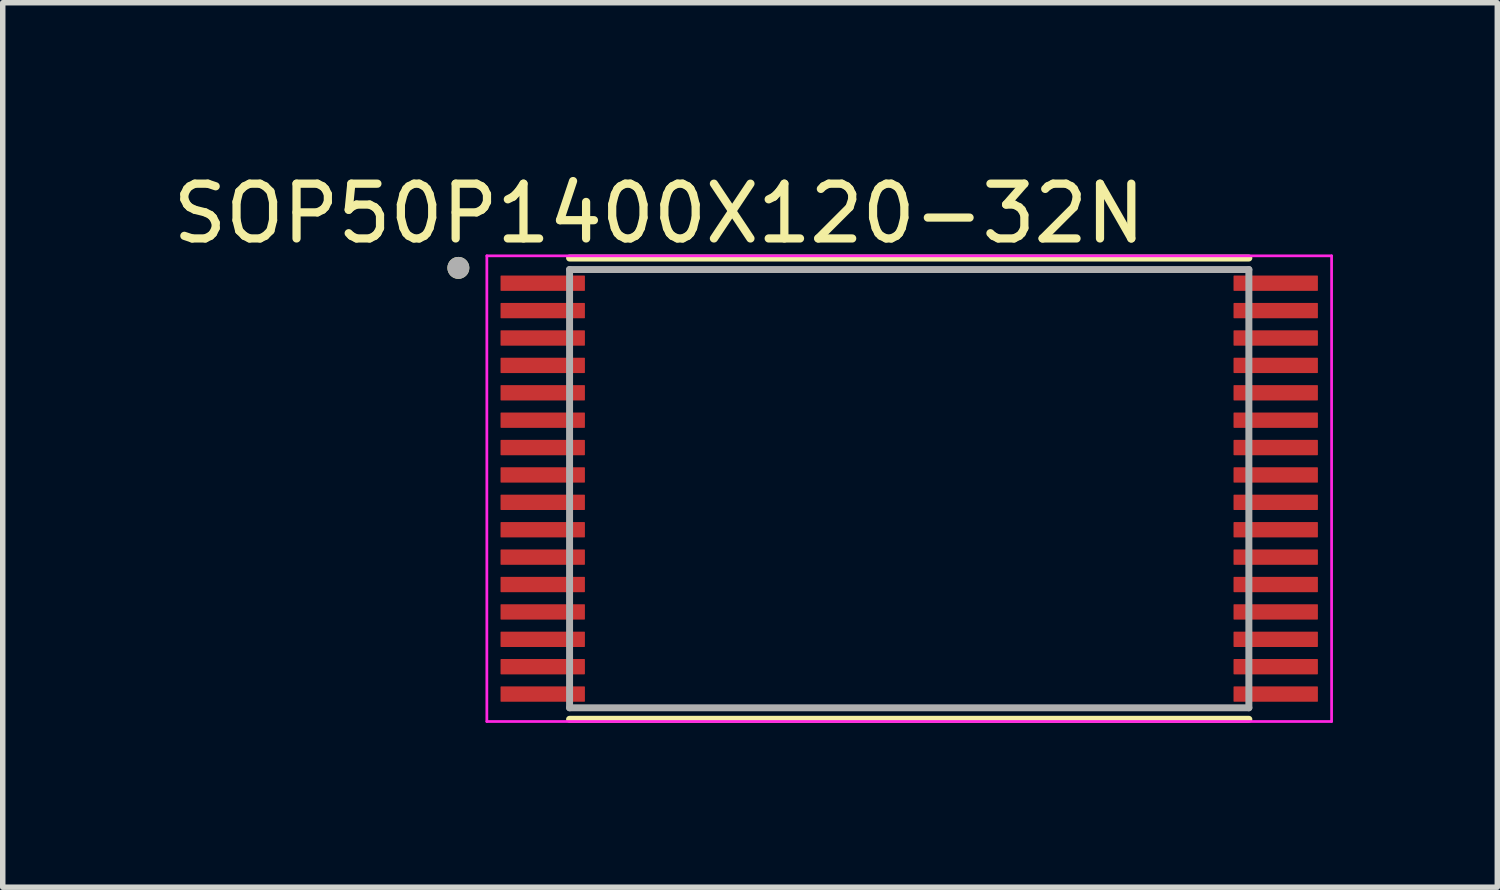
<source format=kicad_pcb>
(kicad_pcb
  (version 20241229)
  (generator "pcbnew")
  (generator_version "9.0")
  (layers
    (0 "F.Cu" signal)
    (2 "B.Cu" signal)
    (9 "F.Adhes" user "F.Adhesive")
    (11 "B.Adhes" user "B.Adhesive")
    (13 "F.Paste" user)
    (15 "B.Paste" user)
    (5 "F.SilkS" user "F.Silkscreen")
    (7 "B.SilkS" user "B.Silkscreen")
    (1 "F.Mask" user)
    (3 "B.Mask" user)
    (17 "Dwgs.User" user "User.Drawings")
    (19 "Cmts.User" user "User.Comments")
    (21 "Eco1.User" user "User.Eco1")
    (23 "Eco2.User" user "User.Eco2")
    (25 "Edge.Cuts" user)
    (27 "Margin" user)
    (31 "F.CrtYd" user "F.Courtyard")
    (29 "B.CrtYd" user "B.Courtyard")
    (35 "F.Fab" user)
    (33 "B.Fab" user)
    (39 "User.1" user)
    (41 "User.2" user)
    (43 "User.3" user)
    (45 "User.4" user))
  (footprint "SOP50P1400X120-32N"
    (layer "F.Cu")
    (at 13.547 5.87)
    (property "Reference" "SOP50P1400X120-32N" (at -4.565 -5.022 0) (layer "F.SilkS") (effects (font (size 1 1) (thickness 0.15))))
    (attr through_hole)
    (fp_line (start -6.2 -4.21) (end 6.2 -4.21) (stroke (width 0.127) (type solid)) (layer "F.SilkS"))
    (fp_line (start -6.2 4.21) (end 6.2 4.21) (stroke (width 0.127) (type solid)) (layer "F.SilkS"))
    (fp_circle (center -8.23 -4.03) (end -8.13 -4.03) (stroke (width 0.2) (type solid)) (fill no) (layer "F.SilkS"))
    (fp_line (start -7.71 -4.25) (end -7.71 4.25) (stroke (width 0.05) (type solid)) (layer "F.CrtYd"))
    (fp_line (start -7.71 -4.25) (end 7.71 -4.25) (stroke (width 0.05) (type solid)) (layer "F.CrtYd"))
    (fp_line (start -7.71 4.25) (end 7.71 4.25) (stroke (width 0.05) (type solid)) (layer "F.CrtYd"))
    (fp_line (start 7.71 -4.25) (end 7.71 4.25) (stroke (width 0.05) (type solid)) (layer "F.CrtYd"))
    (fp_line (start -6.2 -4) (end -6.2 4) (stroke (width 0.127) (type solid)) (layer "F.Fab"))
    (fp_line (start -6.2 -4) (end 6.2 -4) (stroke (width 0.127) (type solid)) (layer "F.Fab"))
    (fp_line (start -6.2 4) (end 6.2 4) (stroke (width 0.127) (type solid)) (layer "F.Fab"))
    (fp_line (start 6.2 -4) (end 6.2 4) (stroke (width 0.127) (type solid)) (layer "F.Fab"))
    (fp_circle (center -8.23 -4.03) (end -8.13 -4.03) (stroke (width 0.2) (type solid)) (fill no) (layer "F.Fab"))
    (pad "1" smd roundrect (at -6.69 -3.75) (size 1.54 0.28) (layers "F.Cu" "F.Mask" "F.Paste") (roundrect_rratio 0.04))
    (pad "2" smd roundrect (at -6.69 -3.25) (size 1.54 0.28) (layers "F.Cu" "F.Mask" "F.Paste") (roundrect_rratio 0.04))
    (pad "3" smd roundrect (at -6.69 -2.75) (size 1.54 0.28) (layers "F.Cu" "F.Mask" "F.Paste") (roundrect_rratio 0.04))
    (pad "4" smd roundrect (at -6.69 -2.25) (size 1.54 0.28) (layers "F.Cu" "F.Mask" "F.Paste") (roundrect_rratio 0.04))
    (pad "5" smd roundrect (at -6.69 -1.75) (size 1.54 0.28) (layers "F.Cu" "F.Mask" "F.Paste") (roundrect_rratio 0.04))
    (pad "6" smd roundrect (at -6.69 -1.25) (size 1.54 0.28) (layers "F.Cu" "F.Mask" "F.Paste") (roundrect_rratio 0.04))
    (pad "7" smd roundrect (at -6.69 -0.75) (size 1.54 0.28) (layers "F.Cu" "F.Mask" "F.Paste") (roundrect_rratio 0.04))
    (pad "8" smd roundrect (at -6.69 -0.25) (size 1.54 0.28) (layers "F.Cu" "F.Mask" "F.Paste") (roundrect_rratio 0.04))
    (pad "9" smd roundrect (at -6.69 0.25) (size 1.54 0.28) (layers "F.Cu" "F.Mask" "F.Paste") (roundrect_rratio 0.04))
    (pad "10" smd roundrect (at -6.69 0.75) (size 1.54 0.28) (layers "F.Cu" "F.Mask" "F.Paste") (roundrect_rratio 0.04))
    (pad "11" smd roundrect (at -6.69 1.25) (size 1.54 0.28) (layers "F.Cu" "F.Mask" "F.Paste") (roundrect_rratio 0.04))
    (pad "12" smd roundrect (at -6.69 1.75) (size 1.54 0.28) (layers "F.Cu" "F.Mask" "F.Paste") (roundrect_rratio 0.04))
    (pad "13" smd roundrect (at -6.69 2.25) (size 1.54 0.28) (layers "F.Cu" "F.Mask" "F.Paste") (roundrect_rratio 0.04))
    (pad "14" smd roundrect (at -6.69 2.75) (size 1.54 0.28) (layers "F.Cu" "F.Mask" "F.Paste") (roundrect_rratio 0.04))
    (pad "15" smd roundrect (at -6.69 3.25) (size 1.54 0.28) (layers "F.Cu" "F.Mask" "F.Paste") (roundrect_rratio 0.04))
    (pad "16" smd roundrect (at -6.69 3.75) (size 1.54 0.28) (layers "F.Cu" "F.Mask" "F.Paste") (roundrect_rratio 0.04))
    (pad "17" smd roundrect (at 6.69 3.75) (size 1.54 0.28) (layers "F.Cu" "F.Mask" "F.Paste") (roundrect_rratio 0.04))
    (pad "18" smd roundrect (at 6.69 3.25) (size 1.54 0.28) (layers "F.Cu" "F.Mask" "F.Paste") (roundrect_rratio 0.04))
    (pad "19" smd roundrect (at 6.69 2.75) (size 1.54 0.28) (layers "F.Cu" "F.Mask" "F.Paste") (roundrect_rratio 0.04))
    (pad "20" smd roundrect (at 6.69 2.25) (size 1.54 0.28) (layers "F.Cu" "F.Mask" "F.Paste") (roundrect_rratio 0.04))
    (pad "21" smd roundrect (at 6.69 1.75) (size 1.54 0.28) (layers "F.Cu" "F.Mask" "F.Paste") (roundrect_rratio 0.04))
    (pad "22" smd roundrect (at 6.69 1.25) (size 1.54 0.28) (layers "F.Cu" "F.Mask" "F.Paste") (roundrect_rratio 0.04))
    (pad "23" smd roundrect (at 6.69 0.75) (size 1.54 0.28) (layers "F.Cu" "F.Mask" "F.Paste") (roundrect_rratio 0.04))
    (pad "24" smd roundrect (at 6.69 0.25) (size 1.54 0.28) (layers "F.Cu" "F.Mask" "F.Paste") (roundrect_rratio 0.04))
    (pad "25" smd roundrect (at 6.69 -0.25) (size 1.54 0.28) (layers "F.Cu" "F.Mask" "F.Paste") (roundrect_rratio 0.04))
    (pad "26" smd roundrect (at 6.69 -0.75) (size 1.54 0.28) (layers "F.Cu" "F.Mask" "F.Paste") (roundrect_rratio 0.04))
    (pad "27" smd roundrect (at 6.69 -1.25) (size 1.54 0.28) (layers "F.Cu" "F.Mask" "F.Paste") (roundrect_rratio 0.04))
    (pad "28" smd roundrect (at 6.69 -1.75) (size 1.54 0.28) (layers "F.Cu" "F.Mask" "F.Paste") (roundrect_rratio 0.04))
    (pad "29" smd roundrect (at 6.69 -2.25) (size 1.54 0.28) (layers "F.Cu" "F.Mask" "F.Paste") (roundrect_rratio 0.04))
    (pad "30" smd roundrect (at 6.69 -2.75) (size 1.54 0.28) (layers "F.Cu" "F.Mask" "F.Paste") (roundrect_rratio 0.04))
    (pad "31" smd roundrect (at 6.69 -3.25) (size 1.54 0.28) (layers "F.Cu" "F.Mask" "F.Paste") (roundrect_rratio 0.04))
    (pad "32" smd roundrect (at 6.69 -3.75) (size 1.54 0.28) (layers "F.Cu" "F.Mask" "F.Paste") (roundrect_rratio 0.04)))
  (gr_rect
    (start -3 -3)
    (end 24.282 13.145)
    (stroke (width 0.1) (type default))
    (fill no)
    (layer "Edge.Cuts")))
</source>
